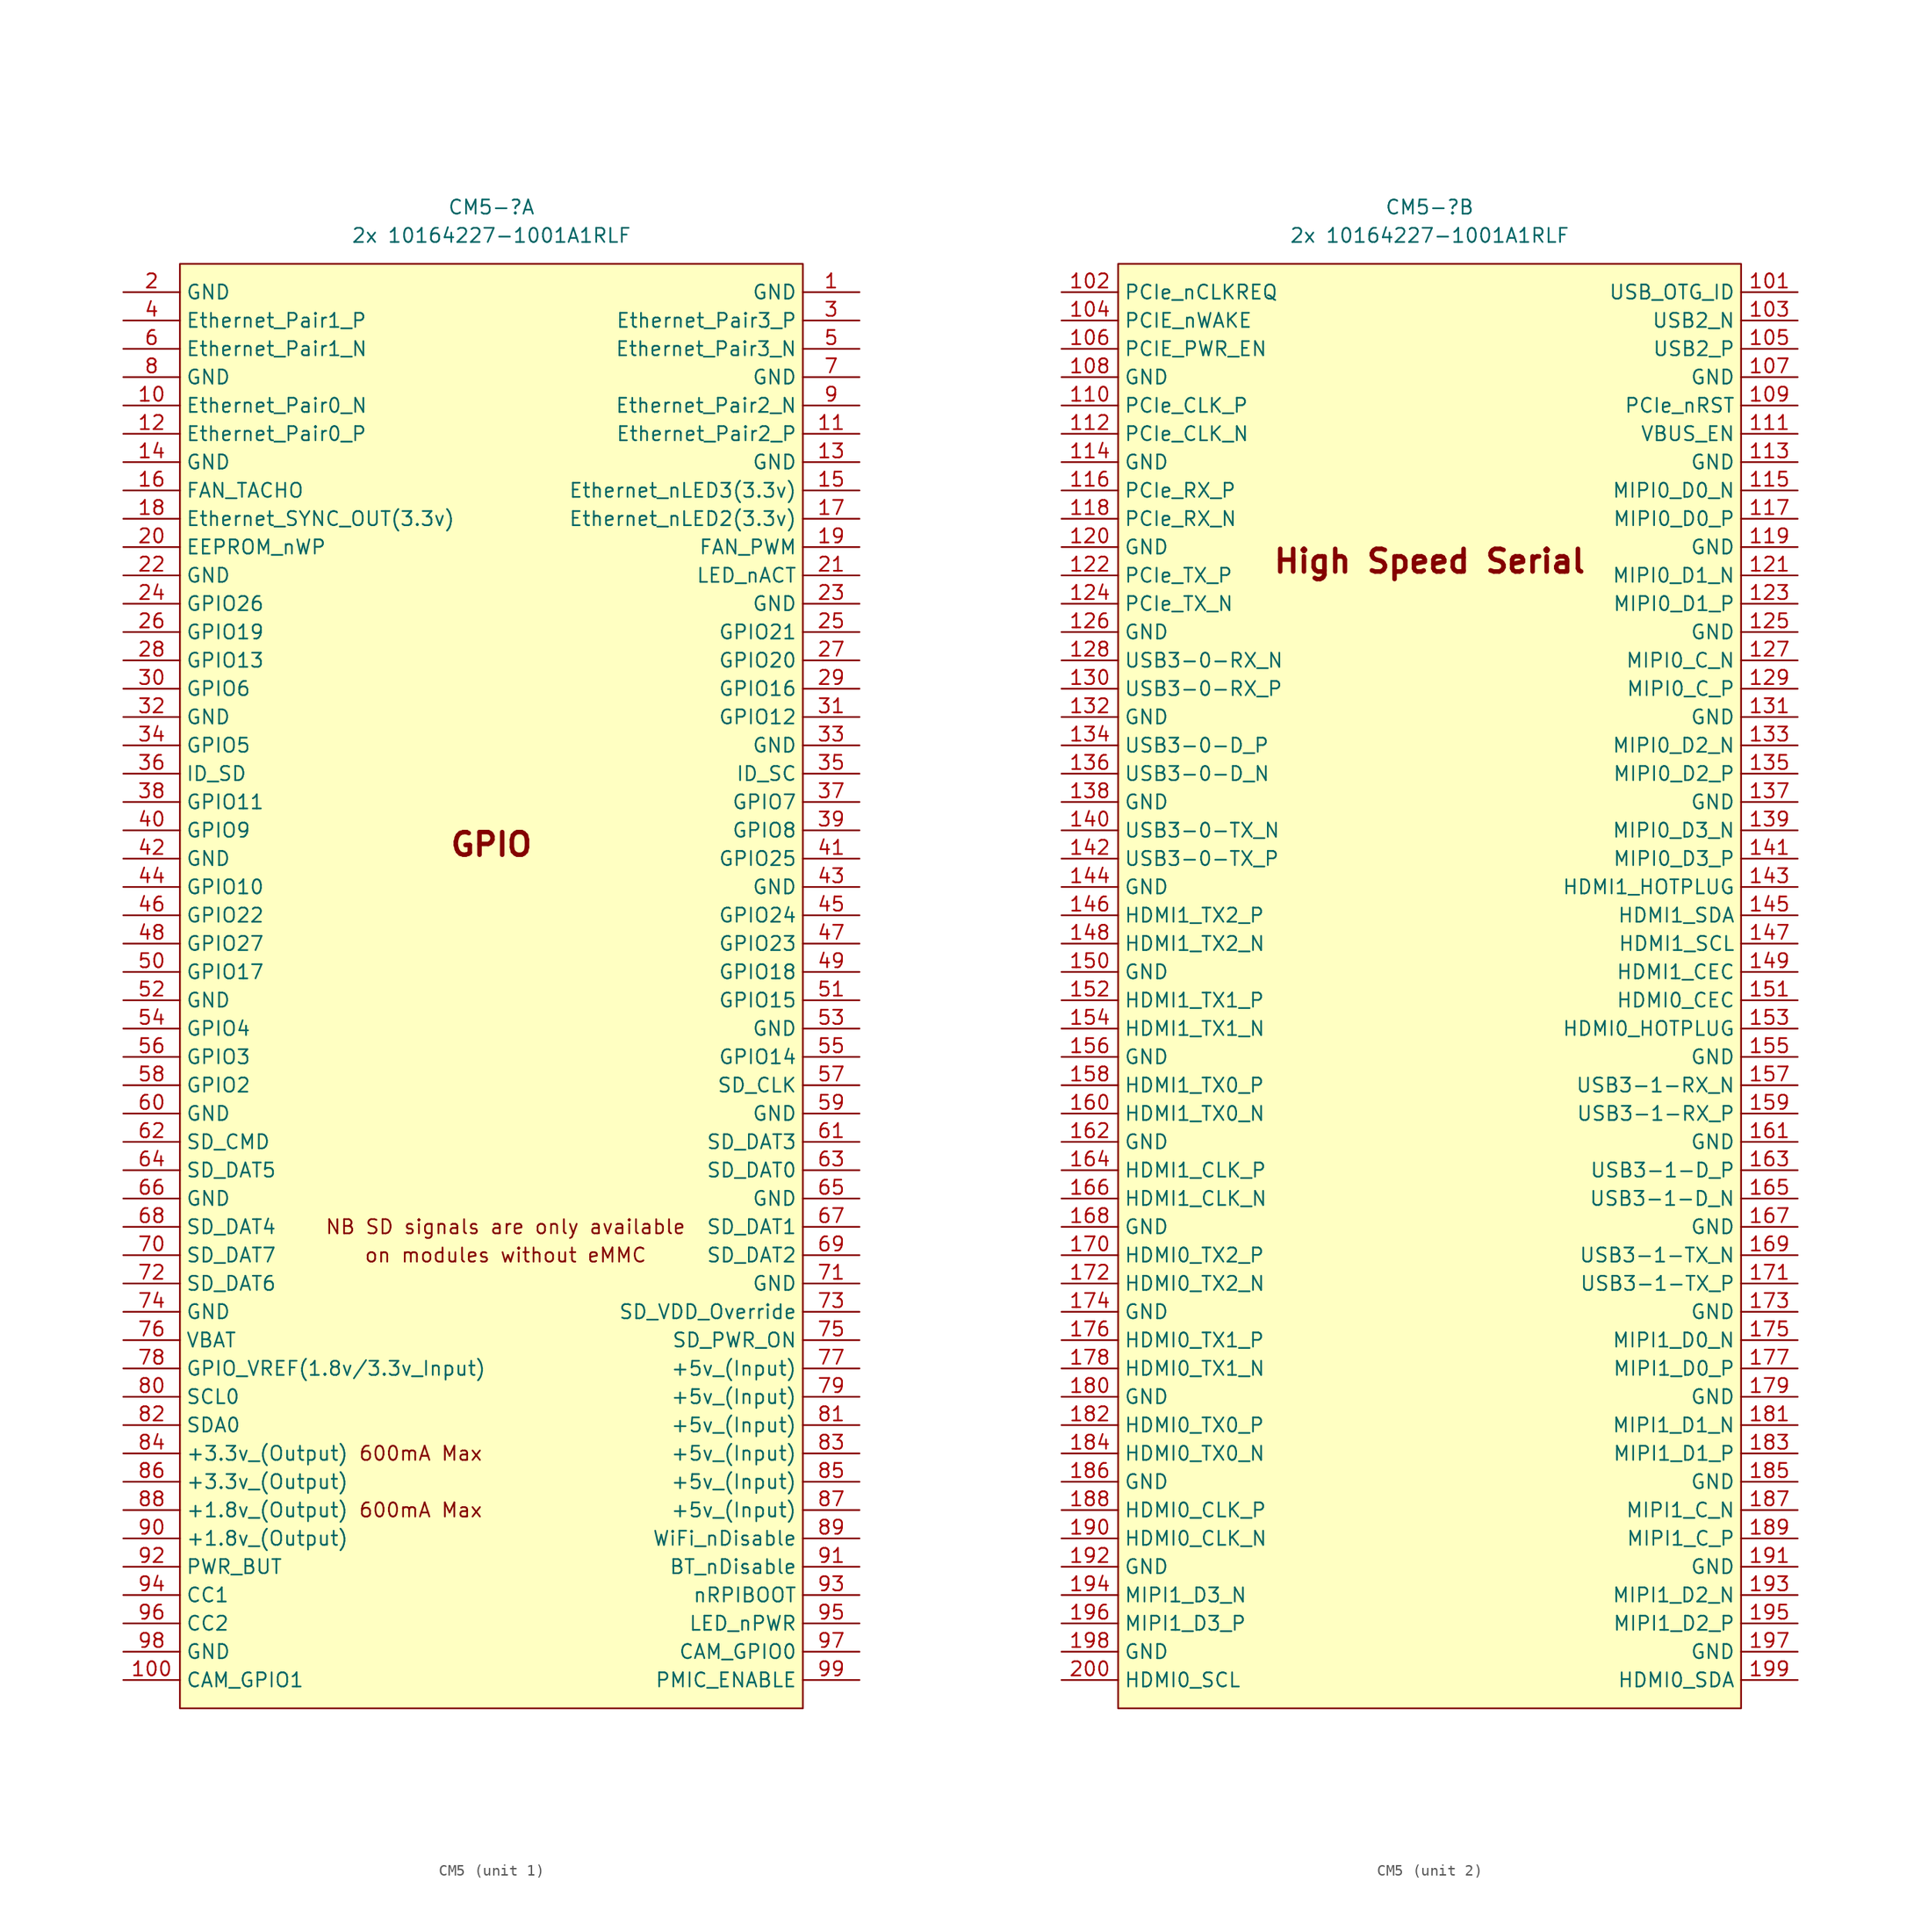
<source format=kicad_sym>
(kicad_symbol_lib
  (version 20241209)
  (generator "kicad_symbol_editor")
  (generator_version "9.0")
  (symbol "CM5"
    (property "Reference" "CM5-"
      (at 0 69.85 0)
      (effects (font (size 1.27 1.27))))
    (property "Value" "2x 10164227-1001A1RLF"
      (at 0 67.31 0)
      (effects (font (size 1.27 1.27))))
    (property "ki_locked" ""
      (at 0 0 0)
      (effects (font (size 1.27 1.27))))
    (symbol "CM5_1_1"
      (rectangle (start -27.94 64.77) (end 27.94 -64.77) (stroke (width 0) (type solid)) (fill (type color) (color 255 255 194 1)))
      (text "600mA Max" (at -6.35 -41.91 0) (effects (font (size 1.27 1.27))))
      (text "600mA Max" (at -6.35 -46.99 0) (effects (font (size 1.27 1.27))))
      (text "GPIO" (at 0 12.7 0) (effects (font (size 2.032 2.032) (thickness 0.406) (bold yes))))
      (text "NB SD signals are only available" (at 1.27 -21.59 0) (effects (font (size 1.27 1.27))))
      (text "on modules without eMMC" (at 1.27 -24.13 0) (effects (font (size 1.27 1.27))))
      (pin power_in line (at -33.02 62.23 0) (length 5.08) (name "GND" (effects (font (size 1.27 1.27)))) (number "2" (effects (font (size 1.27 1.27)))))
      (pin passive line (at -33.02 59.69 0) (length 5.08) (name "Ethernet_Pair1_P" (effects (font (size 1.27 1.27)))) (number "4" (effects (font (size 1.27 1.27)))))
      (pin passive line (at -33.02 57.15 0) (length 5.08) (name "Ethernet_Pair1_N" (effects (font (size 1.27 1.27)))) (number "6" (effects (font (size 1.27 1.27)))))
      (pin power_in line (at -33.02 54.61 0) (length 5.08) (name "GND" (effects (font (size 1.27 1.27)))) (number "8" (effects (font (size 1.27 1.27)))))
      (pin passive line (at -33.02 52.07 0) (length 5.08) (name "Ethernet_Pair0_N" (effects (font (size 1.27 1.27)))) (number "10" (effects (font (size 1.27 1.27)))))
      (pin passive line (at -33.02 49.53 0) (length 5.08) (name "Ethernet_Pair0_P" (effects (font (size 1.27 1.27)))) (number "12" (effects (font (size 1.27 1.27)))))
      (pin power_in line (at -33.02 46.99 0) (length 5.08) (name "GND" (effects (font (size 1.27 1.27)))) (number "14" (effects (font (size 1.27 1.27)))))
      (pin input line (at -33.02 44.45 0) (length 5.08) (name "FAN_TACHO" (effects (font (size 1.27 1.27)))) (number "16" (effects (font (size 1.27 1.27)))))
      (pin input line (at -33.02 41.91 0) (length 5.08) (name "Ethernet_SYNC_OUT(3.3v)" (effects (font (size 1.27 1.27)))) (number "18" (effects (font (size 1.27 1.27)))))
      (pin passive line (at -33.02 39.37 0) (length 5.08) (name "EEPROM_nWP" (effects (font (size 1.27 1.27)))) (number "20" (effects (font (size 1.27 1.27)))))
      (pin power_in line (at -33.02 36.83 0) (length 5.08) (name "GND" (effects (font (size 1.27 1.27)))) (number "22" (effects (font (size 1.27 1.27)))))
      (pin passive line (at -33.02 34.29 0) (length 5.08) (name "GPIO26" (effects (font (size 1.27 1.27)))) (number "24" (effects (font (size 1.27 1.27)))))
      (pin passive line (at -33.02 31.75 0) (length 5.08) (name "GPIO19" (effects (font (size 1.27 1.27)))) (number "26" (effects (font (size 1.27 1.27)))))
      (pin passive line (at -33.02 29.21 0) (length 5.08) (name "GPIO13" (effects (font (size 1.27 1.27)))) (number "28" (effects (font (size 1.27 1.27)))))
      (pin passive line (at -33.02 26.67 0) (length 5.08) (name "GPIO6" (effects (font (size 1.27 1.27)))) (number "30" (effects (font (size 1.27 1.27)))))
      (pin power_in line (at -33.02 24.13 0) (length 5.08) (name "GND" (effects (font (size 1.27 1.27)))) (number "32" (effects (font (size 1.27 1.27)))))
      (pin passive line (at -33.02 21.59 0) (length 5.08) (name "GPIO5" (effects (font (size 1.27 1.27)))) (number "34" (effects (font (size 1.27 1.27)))))
      (pin passive line (at -33.02 19.05 0) (length 5.08) (name "ID_SD" (effects (font (size 1.27 1.27)))) (number "36" (effects (font (size 1.27 1.27)))))
      (pin passive line (at -33.02 16.51 0) (length 5.08) (name "GPIO11" (effects (font (size 1.27 1.27)))) (number "38" (effects (font (size 1.27 1.27)))))
      (pin passive line (at -33.02 13.97 0) (length 5.08) (name "GPIO9" (effects (font (size 1.27 1.27)))) (number "40" (effects (font (size 1.27 1.27)))))
      (pin power_in line (at -33.02 11.43 0) (length 5.08) (name "GND" (effects (font (size 1.27 1.27)))) (number "42" (effects (font (size 1.27 1.27)))))
      (pin passive line (at -33.02 8.89 0) (length 5.08) (name "GPIO10" (effects (font (size 1.27 1.27)))) (number "44" (effects (font (size 1.27 1.27)))))
      (pin passive line (at -33.02 6.35 0) (length 5.08) (name "GPIO22" (effects (font (size 1.27 1.27)))) (number "46" (effects (font (size 1.27 1.27)))))
      (pin passive line (at -33.02 3.81 0) (length 5.08) (name "GPIO27" (effects (font (size 1.27 1.27)))) (number "48" (effects (font (size 1.27 1.27)))))
      (pin passive line (at -33.02 1.27 0) (length 5.08) (name "GPIO17" (effects (font (size 1.27 1.27)))) (number "50" (effects (font (size 1.27 1.27)))))
      (pin power_in line (at -33.02 -1.27 0) (length 5.08) (name "GND" (effects (font (size 1.27 1.27)))) (number "52" (effects (font (size 1.27 1.27)))))
      (pin passive line (at -33.02 -3.81 0) (length 5.08) (name "GPIO4" (effects (font (size 1.27 1.27)))) (number "54" (effects (font (size 1.27 1.27)))))
      (pin passive line (at -33.02 -6.35 0) (length 5.08) (name "GPIO3" (effects (font (size 1.27 1.27)))) (number "56" (effects (font (size 1.27 1.27)))))
      (pin passive line (at -33.02 -8.89 0) (length 5.08) (name "GPIO2" (effects (font (size 1.27 1.27)))) (number "58" (effects (font (size 1.27 1.27)))))
      (pin power_in line (at -33.02 -11.43 0) (length 5.08) (name "GND" (effects (font (size 1.27 1.27)))) (number "60" (effects (font (size 1.27 1.27)))))
      (pin passive line (at -33.02 -13.97 0) (length 5.08) (name "SD_CMD" (effects (font (size 1.27 1.27)))) (number "62" (effects (font (size 1.27 1.27)))))
      (pin passive line (at -33.02 -16.51 0) (length 5.08) (name "SD_DAT5" (effects (font (size 1.27 1.27)))) (number "64" (effects (font (size 1.27 1.27)))))
      (pin power_in line (at -33.02 -19.05 0) (length 5.08) (name "GND" (effects (font (size 1.27 1.27)))) (number "66" (effects (font (size 1.27 1.27)))))
      (pin passive line (at -33.02 -21.59 0) (length 5.08) (name "SD_DAT4" (effects (font (size 1.27 1.27)))) (number "68" (effects (font (size 1.27 1.27)))))
      (pin passive line (at -33.02 -24.13 0) (length 5.08) (name "SD_DAT7" (effects (font (size 1.27 1.27)))) (number "70" (effects (font (size 1.27 1.27)))))
      (pin passive line (at -33.02 -26.67 0) (length 5.08) (name "SD_DAT6" (effects (font (size 1.27 1.27)))) (number "72" (effects (font (size 1.27 1.27)))))
      (pin power_in line (at -33.02 -29.21 0) (length 5.08) (name "GND" (effects (font (size 1.27 1.27)))) (number "74" (effects (font (size 1.27 1.27)))))
      (pin passive line (at -33.02 -31.75 0) (length 5.08) (name "VBAT" (effects (font (size 1.27 1.27)))) (number "76" (effects (font (size 1.27 1.27)))))
      (pin power_in line (at -33.02 -34.29 0) (length 5.08) (name "GPIO_VREF(1.8v/3.3v_Input)" (effects (font (size 1.27 1.27)))) (number "78" (effects (font (size 1.27 1.27)))))
      (pin passive line (at -33.02 -36.83 0) (length 5.08) (name "SCL0" (effects (font (size 1.27 1.27)))) (number "80" (effects (font (size 1.27 1.27)))))
      (pin passive line (at -33.02 -39.37 0) (length 5.08) (name "SDA0" (effects (font (size 1.27 1.27)))) (number "82" (effects (font (size 1.27 1.27)))))
      (pin power_out line (at -33.02 -41.91 0) (length 5.08) (name "+3.3v_(Output)" (effects (font (size 1.27 1.27)))) (number "84" (effects (font (size 1.27 1.27)))))
      (pin passive line (at -33.02 -44.45 0) (length 5.08) (name "+3.3v_(Output)" (effects (font (size 1.27 1.27)))) (number "86" (effects (font (size 1.27 1.27)))))
      (pin power_out line (at -33.02 -46.99 0) (length 5.08) (name "+1.8v_(Output)" (effects (font (size 1.27 1.27)))) (number "88" (effects (font (size 1.27 1.27)))))
      (pin passive line (at -33.02 -49.53 0) (length 5.08) (name "+1.8v_(Output)" (effects (font (size 1.27 1.27)))) (number "90" (effects (font (size 1.27 1.27)))))
      (pin passive line (at -33.02 -52.07 0) (length 5.08) (name "PWR_BUT" (effects (font (size 1.27 1.27)))) (number "92" (effects (font (size 1.27 1.27)))))
      (pin passive line (at -33.02 -54.61 0) (length 5.08) (name "CC1" (effects (font (size 1.27 1.27)))) (number "94" (effects (font (size 1.27 1.27)))))
      (pin passive line (at -33.02 -57.15 0) (length 5.08) (name "CC2" (effects (font (size 1.27 1.27)))) (number "96" (effects (font (size 1.27 1.27)))))
      (pin power_in line (at -33.02 -59.69 0) (length 5.08) (name "GND" (effects (font (size 1.27 1.27)))) (number "98" (effects (font (size 1.27 1.27)))))
      (pin passive line (at -33.02 -62.23 0) (length 5.08) (name "CAM_GPIO1" (effects (font (size 1.27 1.27)))) (number "100" (effects (font (size 1.27 1.27)))))
      (pin power_in line (at 33.02 62.23 180) (length 5.08) (name "GND" (effects (font (size 1.27 1.27)))) (number "1" (effects (font (size 1.27 1.27)))))
      (pin passive line (at 33.02 59.69 180) (length 5.08) (name "Ethernet_Pair3_P" (effects (font (size 1.27 1.27)))) (number "3" (effects (font (size 1.27 1.27)))))
      (pin passive line (at 33.02 57.15 180) (length 5.08) (name "Ethernet_Pair3_N" (effects (font (size 1.27 1.27)))) (number "5" (effects (font (size 1.27 1.27)))))
      (pin power_in line (at 33.02 54.61 180) (length 5.08) (name "GND" (effects (font (size 1.27 1.27)))) (number "7" (effects (font (size 1.27 1.27)))))
      (pin passive line (at 33.02 52.07 180) (length 5.08) (name "Ethernet_Pair2_N" (effects (font (size 1.27 1.27)))) (number "9" (effects (font (size 1.27 1.27)))))
      (pin passive line (at 33.02 49.53 180) (length 5.08) (name "Ethernet_Pair2_P" (effects (font (size 1.27 1.27)))) (number "11" (effects (font (size 1.27 1.27)))))
      (pin power_in line (at 33.02 46.99 180) (length 5.08) (name "GND" (effects (font (size 1.27 1.27)))) (number "13" (effects (font (size 1.27 1.27)))))
      (pin output line (at 33.02 44.45 180) (length 5.08) (name "Ethernet_nLED3(3.3v)" (effects (font (size 1.27 1.27)))) (number "15" (effects (font (size 1.27 1.27)))))
      (pin output line (at 33.02 41.91 180) (length 5.08) (name "Ethernet_nLED2(3.3v)" (effects (font (size 1.27 1.27)))) (number "17" (effects (font (size 1.27 1.27)))))
      (pin output line (at 33.02 39.37 180) (length 5.08) (name "FAN_PWM" (effects (font (size 1.27 1.27)))) (number "19" (effects (font (size 1.27 1.27)))))
      (pin open_collector line (at 33.02 36.83 180) (length 5.08) (name "LED_nACT" (effects (font (size 1.27 1.27)))) (number "21" (effects (font (size 1.27 1.27)))))
      (pin power_in line (at 33.02 34.29 180) (length 5.08) (name "GND" (effects (font (size 1.27 1.27)))) (number "23" (effects (font (size 1.27 1.27)))))
      (pin passive line (at 33.02 31.75 180) (length 5.08) (name "GPIO21" (effects (font (size 1.27 1.27)))) (number "25" (effects (font (size 1.27 1.27)))))
      (pin passive line (at 33.02 29.21 180) (length 5.08) (name "GPIO20" (effects (font (size 1.27 1.27)))) (number "27" (effects (font (size 1.27 1.27)))))
      (pin passive line (at 33.02 26.67 180) (length 5.08) (name "GPIO16" (effects (font (size 1.27 1.27)))) (number "29" (effects (font (size 1.27 1.27)))))
      (pin passive line (at 33.02 24.13 180) (length 5.08) (name "GPIO12" (effects (font (size 1.27 1.27)))) (number "31" (effects (font (size 1.27 1.27)))))
      (pin power_in line (at 33.02 21.59 180) (length 5.08) (name "GND" (effects (font (size 1.27 1.27)))) (number "33" (effects (font (size 1.27 1.27)))))
      (pin passive line (at 33.02 19.05 180) (length 5.08) (name "ID_SC" (effects (font (size 1.27 1.27)))) (number "35" (effects (font (size 1.27 1.27)))))
      (pin passive line (at 33.02 16.51 180) (length 5.08) (name "GPIO7" (effects (font (size 1.27 1.27)))) (number "37" (effects (font (size 1.27 1.27)))))
      (pin passive line (at 33.02 13.97 180) (length 5.08) (name "GPIO8" (effects (font (size 1.27 1.27)))) (number "39" (effects (font (size 1.27 1.27)))))
      (pin passive line (at 33.02 11.43 180) (length 5.08) (name "GPIO25" (effects (font (size 1.27 1.27)))) (number "41" (effects (font (size 1.27 1.27)))))
      (pin power_in line (at 33.02 8.89 180) (length 5.08) (name "GND" (effects (font (size 1.27 1.27)))) (number "43" (effects (font (size 1.27 1.27)))))
      (pin passive line (at 33.02 6.35 180) (length 5.08) (name "GPIO24" (effects (font (size 1.27 1.27)))) (number "45" (effects (font (size 1.27 1.27)))))
      (pin passive line (at 33.02 3.81 180) (length 5.08) (name "GPIO23" (effects (font (size 1.27 1.27)))) (number "47" (effects (font (size 1.27 1.27)))))
      (pin passive line (at 33.02 1.27 180) (length 5.08) (name "GPIO18" (effects (font (size 1.27 1.27)))) (number "49" (effects (font (size 1.27 1.27)))))
      (pin passive line (at 33.02 -1.27 180) (length 5.08) (name "GPIO15" (effects (font (size 1.27 1.27)))) (number "51" (effects (font (size 1.27 1.27)))))
      (pin power_in line (at 33.02 -3.81 180) (length 5.08) (name "GND" (effects (font (size 1.27 1.27)))) (number "53" (effects (font (size 1.27 1.27)))))
      (pin passive line (at 33.02 -6.35 180) (length 5.08) (name "GPIO14" (effects (font (size 1.27 1.27)))) (number "55" (effects (font (size 1.27 1.27)))))
      (pin passive line (at 33.02 -8.89 180) (length 5.08) (name "SD_CLK" (effects (font (size 1.27 1.27)))) (number "57" (effects (font (size 1.27 1.27)))))
      (pin power_in line (at 33.02 -11.43 180) (length 5.08) (name "GND" (effects (font (size 1.27 1.27)))) (number "59" (effects (font (size 1.27 1.27)))))
      (pin passive line (at 33.02 -13.97 180) (length 5.08) (name "SD_DAT3" (effects (font (size 1.27 1.27)))) (number "61" (effects (font (size 1.27 1.27)))))
      (pin passive line (at 33.02 -16.51 180) (length 5.08) (name "SD_DAT0" (effects (font (size 1.27 1.27)))) (number "63" (effects (font (size 1.27 1.27)))))
      (pin power_in line (at 33.02 -19.05 180) (length 5.08) (name "GND" (effects (font (size 1.27 1.27)))) (number "65" (effects (font (size 1.27 1.27)))))
      (pin passive line (at 33.02 -21.59 180) (length 5.08) (name "SD_DAT1" (effects (font (size 1.27 1.27)))) (number "67" (effects (font (size 1.27 1.27)))))
      (pin passive line (at 33.02 -24.13 180) (length 5.08) (name "SD_DAT2" (effects (font (size 1.27 1.27)))) (number "69" (effects (font (size 1.27 1.27)))))
      (pin power_in line (at 33.02 -26.67 180) (length 5.08) (name "GND" (effects (font (size 1.27 1.27)))) (number "71" (effects (font (size 1.27 1.27)))))
      (pin input line (at 33.02 -29.21 180) (length 5.08) (name "SD_VDD_Override" (effects (font (size 1.27 1.27)))) (number "73" (effects (font (size 1.27 1.27)))))
      (pin output line (at 33.02 -31.75 180) (length 5.08) (name "SD_PWR_ON" (effects (font (size 1.27 1.27)))) (number "75" (effects (font (size 1.27 1.27)))))
      (pin power_in line (at 33.02 -34.29 180) (length 5.08) (name "+5v_(Input)" (effects (font (size 1.27 1.27)))) (number "77" (effects (font (size 1.27 1.27)))))
      (pin power_in line (at 33.02 -36.83 180) (length 5.08) (name "+5v_(Input)" (effects (font (size 1.27 1.27)))) (number "79" (effects (font (size 1.27 1.27)))))
      (pin power_in line (at 33.02 -39.37 180) (length 5.08) (name "+5v_(Input)" (effects (font (size 1.27 1.27)))) (number "81" (effects (font (size 1.27 1.27)))))
      (pin power_in line (at 33.02 -41.91 180) (length 5.08) (name "+5v_(Input)" (effects (font (size 1.27 1.27)))) (number "83" (effects (font (size 1.27 1.27)))))
      (pin power_in line (at 33.02 -44.45 180) (length 5.08) (name "+5v_(Input)" (effects (font (size 1.27 1.27)))) (number "85" (effects (font (size 1.27 1.27)))))
      (pin power_in line (at 33.02 -46.99 180) (length 5.08) (name "+5v_(Input)" (effects (font (size 1.27 1.27)))) (number "87" (effects (font (size 1.27 1.27)))))
      (pin input line (at 33.02 -49.53 180) (length 5.08) (name "WiFi_nDisable" (effects (font (size 1.27 1.27)))) (number "89" (effects (font (size 1.27 1.27)))))
      (pin input line (at 33.02 -52.07 180) (length 5.08) (name "BT_nDisable" (effects (font (size 1.27 1.27)))) (number "91" (effects (font (size 1.27 1.27)))))
      (pin input line (at 33.02 -54.61 180) (length 5.08) (name "nRPIBOOT" (effects (font (size 1.27 1.27)))) (number "93" (effects (font (size 1.27 1.27)))))
      (pin output line (at 33.02 -57.15 180) (length 5.08) (name "LED_nPWR" (effects (font (size 1.27 1.27)))) (number "95" (effects (font (size 1.27 1.27)))))
      (pin passive line (at 33.02 -59.69 180) (length 5.08) (name "CAM_GPIO0" (effects (font (size 1.27 1.27)))) (number "97" (effects (font (size 1.27 1.27)))))
      (pin input line (at 33.02 -62.23 180) (length 5.08) (name "PMIC_ENABLE" (effects (font (size 1.27 1.27)))) (number "99" (effects (font (size 1.27 1.27))))))
    (symbol "CM5_2_1"
      (rectangle (start -27.94 64.77) (end 27.94 -64.77) (stroke (width 0) (type solid)) (fill (type color) (color 255 255 194 1)))
      (text "High Speed Serial" (at 0 38.1 0) (effects (font (size 2.032 2.032) (thickness 0.406) (bold yes))))
      (pin input line (at -33.02 62.23 0) (length 5.08) (name "PCIe_nCLKREQ" (effects (font (size 1.27 1.27)))) (number "102" (effects (font (size 1.27 1.27)))))
      (pin input line (at -33.02 59.69 0) (length 5.08) (name "PCIE_nWAKE" (effects (font (size 1.27 1.27)))) (number "104" (effects (font (size 1.27 1.27)))))
      (pin output line (at -33.02 57.15 0) (length 5.08) (name "PCIE_PWR_EN" (effects (font (size 1.27 1.27)))) (number "106" (effects (font (size 1.27 1.27)))))
      (pin power_in line (at -33.02 54.61 0) (length 5.08) (name "GND" (effects (font (size 1.27 1.27)))) (number "108" (effects (font (size 1.27 1.27)))))
      (pin output line (at -33.02 52.07 0) (length 5.08) (name "PCIe_CLK_P" (effects (font (size 1.27 1.27)))) (number "110" (effects (font (size 1.27 1.27)))))
      (pin output line (at -33.02 49.53 0) (length 5.08) (name "PCIe_CLK_N" (effects (font (size 1.27 1.27)))) (number "112" (effects (font (size 1.27 1.27)))))
      (pin power_in line (at -33.02 46.99 0) (length 5.08) (name "GND" (effects (font (size 1.27 1.27)))) (number "114" (effects (font (size 1.27 1.27)))))
      (pin input line (at -33.02 44.45 0) (length 5.08) (name "PCIe_RX_P" (effects (font (size 1.27 1.27)))) (number "116" (effects (font (size 1.27 1.27)))))
      (pin input line (at -33.02 41.91 0) (length 5.08) (name "PCIe_RX_N" (effects (font (size 1.27 1.27)))) (number "118" (effects (font (size 1.27 1.27)))))
      (pin power_in line (at -33.02 39.37 0) (length 5.08) (name "GND" (effects (font (size 1.27 1.27)))) (number "120" (effects (font (size 1.27 1.27)))))
      (pin output line (at -33.02 36.83 0) (length 5.08) (name "PCIe_TX_P" (effects (font (size 1.27 1.27)))) (number "122" (effects (font (size 1.27 1.27)))))
      (pin output line (at -33.02 34.29 0) (length 5.08) (name "PCIe_TX_N" (effects (font (size 1.27 1.27)))) (number "124" (effects (font (size 1.27 1.27)))))
      (pin power_in line (at -33.02 31.75 0) (length 5.08) (name "GND" (effects (font (size 1.27 1.27)))) (number "126" (effects (font (size 1.27 1.27)))))
      (pin input line (at -33.02 29.21 0) (length 5.08) (name "USB3-0-RX_N" (effects (font (size 1.27 1.27)))) (number "128" (effects (font (size 1.27 1.27)))))
      (pin input line (at -33.02 26.67 0) (length 5.08) (name "USB3-0-RX_P" (effects (font (size 1.27 1.27)))) (number "130" (effects (font (size 1.27 1.27)))))
      (pin power_in line (at -33.02 24.13 0) (length 5.08) (name "GND" (effects (font (size 1.27 1.27)))) (number "132" (effects (font (size 1.27 1.27)))))
      (pin passive line (at -33.02 21.59 0) (length 5.08) (name "USB3-0-D_P" (effects (font (size 1.27 1.27)))) (number "134" (effects (font (size 1.27 1.27)))))
      (pin passive line (at -33.02 19.05 0) (length 5.08) (name "USB3-0-D_N" (effects (font (size 1.27 1.27)))) (number "136" (effects (font (size 1.27 1.27)))))
      (pin power_in line (at -33.02 16.51 0) (length 5.08) (name "GND" (effects (font (size 1.27 1.27)))) (number "138" (effects (font (size 1.27 1.27)))))
      (pin output line (at -33.02 13.97 0) (length 5.08) (name "USB3-0-TX_N" (effects (font (size 1.27 1.27)))) (number "140" (effects (font (size 1.27 1.27)))))
      (pin output line (at -33.02 11.43 0) (length 5.08) (name "USB3-0-TX_P" (effects (font (size 1.27 1.27)))) (number "142" (effects (font (size 1.27 1.27)))))
      (pin power_in line (at -33.02 8.89 0) (length 5.08) (name "GND" (effects (font (size 1.27 1.27)))) (number "144" (effects (font (size 1.27 1.27)))))
      (pin output line (at -33.02 6.35 0) (length 5.08) (name "HDMI1_TX2_P" (effects (font (size 1.27 1.27)))) (number "146" (effects (font (size 1.27 1.27)))))
      (pin output line (at -33.02 3.81 0) (length 5.08) (name "HDMI1_TX2_N" (effects (font (size 1.27 1.27)))) (number "148" (effects (font (size 1.27 1.27)))))
      (pin power_in line (at -33.02 1.27 0) (length 5.08) (name "GND" (effects (font (size 1.27 1.27)))) (number "150" (effects (font (size 1.27 1.27)))))
      (pin output line (at -33.02 -1.27 0) (length 5.08) (name "HDMI1_TX1_P" (effects (font (size 1.27 1.27)))) (number "152" (effects (font (size 1.27 1.27)))))
      (pin output line (at -33.02 -3.81 0) (length 5.08) (name "HDMI1_TX1_N" (effects (font (size 1.27 1.27)))) (number "154" (effects (font (size 1.27 1.27)))))
      (pin power_in line (at -33.02 -6.35 0) (length 5.08) (name "GND" (effects (font (size 1.27 1.27)))) (number "156" (effects (font (size 1.27 1.27)))))
      (pin output line (at -33.02 -8.89 0) (length 5.08) (name "HDMI1_TX0_P" (effects (font (size 1.27 1.27)))) (number "158" (effects (font (size 1.27 1.27)))))
      (pin output line (at -33.02 -11.43 0) (length 5.08) (name "HDMI1_TX0_N" (effects (font (size 1.27 1.27)))) (number "160" (effects (font (size 1.27 1.27)))))
      (pin power_in line (at -33.02 -13.97 0) (length 5.08) (name "GND" (effects (font (size 1.27 1.27)))) (number "162" (effects (font (size 1.27 1.27)))))
      (pin output line (at -33.02 -16.51 0) (length 5.08) (name "HDMI1_CLK_P" (effects (font (size 1.27 1.27)))) (number "164" (effects (font (size 1.27 1.27)))))
      (pin output line (at -33.02 -19.05 0) (length 5.08) (name "HDMI1_CLK_N" (effects (font (size 1.27 1.27)))) (number "166" (effects (font (size 1.27 1.27)))))
      (pin power_in line (at -33.02 -21.59 0) (length 5.08) (name "GND" (effects (font (size 1.27 1.27)))) (number "168" (effects (font (size 1.27 1.27)))))
      (pin output line (at -33.02 -24.13 0) (length 5.08) (name "HDMI0_TX2_P" (effects (font (size 1.27 1.27)))) (number "170" (effects (font (size 1.27 1.27)))))
      (pin output line (at -33.02 -26.67 0) (length 5.08) (name "HDMI0_TX2_N" (effects (font (size 1.27 1.27)))) (number "172" (effects (font (size 1.27 1.27)))))
      (pin power_in line (at -33.02 -29.21 0) (length 5.08) (name "GND" (effects (font (size 1.27 1.27)))) (number "174" (effects (font (size 1.27 1.27)))))
      (pin output line (at -33.02 -31.75 0) (length 5.08) (name "HDMI0_TX1_P" (effects (font (size 1.27 1.27)))) (number "176" (effects (font (size 1.27 1.27)))))
      (pin output line (at -33.02 -34.29 0) (length 5.08) (name "HDMI0_TX1_N" (effects (font (size 1.27 1.27)))) (number "178" (effects (font (size 1.27 1.27)))))
      (pin power_in line (at -33.02 -36.83 0) (length 5.08) (name "GND" (effects (font (size 1.27 1.27)))) (number "180" (effects (font (size 1.27 1.27)))))
      (pin output line (at -33.02 -39.37 0) (length 5.08) (name "HDMI0_TX0_P" (effects (font (size 1.27 1.27)))) (number "182" (effects (font (size 1.27 1.27)))))
      (pin output line (at -33.02 -41.91 0) (length 5.08) (name "HDMI0_TX0_N" (effects (font (size 1.27 1.27)))) (number "184" (effects (font (size 1.27 1.27)))))
      (pin power_in line (at -33.02 -44.45 0) (length 5.08) (name "GND" (effects (font (size 1.27 1.27)))) (number "186" (effects (font (size 1.27 1.27)))))
      (pin output line (at -33.02 -46.99 0) (length 5.08) (name "HDMI0_CLK_P" (effects (font (size 1.27 1.27)))) (number "188" (effects (font (size 1.27 1.27)))))
      (pin output line (at -33.02 -49.53 0) (length 5.08) (name "HDMI0_CLK_N" (effects (font (size 1.27 1.27)))) (number "190" (effects (font (size 1.27 1.27)))))
      (pin power_in line (at -33.02 -52.07 0) (length 5.08) (name "GND" (effects (font (size 1.27 1.27)))) (number "192" (effects (font (size 1.27 1.27)))))
      (pin output line (at -33.02 -54.61 0) (length 5.08) (name "MIPI1_D3_N" (effects (font (size 1.27 1.27)))) (number "194" (effects (font (size 1.27 1.27)))))
      (pin output line (at -33.02 -57.15 0) (length 5.08) (name "MIPI1_D3_P" (effects (font (size 1.27 1.27)))) (number "196" (effects (font (size 1.27 1.27)))))
      (pin power_in line (at -33.02 -59.69 0) (length 5.08) (name "GND" (effects (font (size 1.27 1.27)))) (number "198" (effects (font (size 1.27 1.27)))))
      (pin open_collector line (at -33.02 -62.23 0) (length 5.08) (name "HDMI0_SCL" (effects (font (size 1.27 1.27)))) (number "200" (effects (font (size 1.27 1.27)))))
      (pin input line (at 33.02 62.23 180) (length 5.08) (name "USB_OTG_ID" (effects (font (size 1.27 1.27)))) (number "101" (effects (font (size 1.27 1.27)))))
      (pin passive line (at 33.02 59.69 180) (length 5.08) (name "USB2_N" (effects (font (size 1.27 1.27)))) (number "103" (effects (font (size 1.27 1.27)))))
      (pin passive line (at 33.02 57.15 180) (length 5.08) (name "USB2_P" (effects (font (size 1.27 1.27)))) (number "105" (effects (font (size 1.27 1.27)))))
      (pin power_in line (at 33.02 54.61 180) (length 5.08) (name "GND" (effects (font (size 1.27 1.27)))) (number "107" (effects (font (size 1.27 1.27)))))
      (pin output line (at 33.02 52.07 180) (length 5.08) (name "PCIe_nRST" (effects (font (size 1.27 1.27)))) (number "109" (effects (font (size 1.27 1.27)))))
      (pin output line (at 33.02 49.53 180) (length 5.08) (name "VBUS_EN" (effects (font (size 1.27 1.27)))) (number "111" (effects (font (size 1.27 1.27)))))
      (pin power_in line (at 33.02 46.99 180) (length 5.08) (name "GND" (effects (font (size 1.27 1.27)))) (number "113" (effects (font (size 1.27 1.27)))))
      (pin input line (at 33.02 44.45 180) (length 5.08) (name "MIPI0_D0_N" (effects (font (size 1.27 1.27)))) (number "115" (effects (font (size 1.27 1.27)))))
      (pin input line (at 33.02 41.91 180) (length 5.08) (name "MIPI0_D0_P" (effects (font (size 1.27 1.27)))) (number "117" (effects (font (size 1.27 1.27)))))
      (pin power_in line (at 33.02 39.37 180) (length 5.08) (name "GND" (effects (font (size 1.27 1.27)))) (number "119" (effects (font (size 1.27 1.27)))))
      (pin input line (at 33.02 36.83 180) (length 5.08) (name "MIPI0_D1_N" (effects (font (size 1.27 1.27)))) (number "121" (effects (font (size 1.27 1.27)))))
      (pin input line (at 33.02 34.29 180) (length 5.08) (name "MIPI0_D1_P" (effects (font (size 1.27 1.27)))) (number "123" (effects (font (size 1.27 1.27)))))
      (pin power_in line (at 33.02 31.75 180) (length 5.08) (name "GND" (effects (font (size 1.27 1.27)))) (number "125" (effects (font (size 1.27 1.27)))))
      (pin input line (at 33.02 29.21 180) (length 5.08) (name "MIPI0_C_N" (effects (font (size 1.27 1.27)))) (number "127" (effects (font (size 1.27 1.27)))))
      (pin input line (at 33.02 26.67 180) (length 5.08) (name "MIPI0_C_P" (effects (font (size 1.27 1.27)))) (number "129" (effects (font (size 1.27 1.27)))))
      (pin power_in line (at 33.02 24.13 180) (length 5.08) (name "GND" (effects (font (size 1.27 1.27)))) (number "131" (effects (font (size 1.27 1.27)))))
      (pin input line (at 33.02 21.59 180) (length 5.08) (name "MIPI0_D2_N" (effects (font (size 1.27 1.27)))) (number "133" (effects (font (size 1.27 1.27)))))
      (pin input line (at 33.02 19.05 180) (length 5.08) (name "MIPI0_D2_P" (effects (font (size 1.27 1.27)))) (number "135" (effects (font (size 1.27 1.27)))))
      (pin power_in line (at 33.02 16.51 180) (length 5.08) (name "GND" (effects (font (size 1.27 1.27)))) (number "137" (effects (font (size 1.27 1.27)))))
      (pin input line (at 33.02 13.97 180) (length 5.08) (name "MIPI0_D3_N" (effects (font (size 1.27 1.27)))) (number "139" (effects (font (size 1.27 1.27)))))
      (pin input line (at 33.02 11.43 180) (length 5.08) (name "MIPI0_D3_P" (effects (font (size 1.27 1.27)))) (number "141" (effects (font (size 1.27 1.27)))))
      (pin input line (at 33.02 8.89 180) (length 5.08) (name "HDMI1_HOTPLUG" (effects (font (size 1.27 1.27)))) (number "143" (effects (font (size 1.27 1.27)))))
      (pin bidirectional line (at 33.02 6.35 180) (length 5.08) (name "HDMI1_SDA" (effects (font (size 1.27 1.27)))) (number "145" (effects (font (size 1.27 1.27)))))
      (pin open_collector line (at 33.02 3.81 180) (length 5.08) (name "HDMI1_SCL" (effects (font (size 1.27 1.27)))) (number "147" (effects (font (size 1.27 1.27)))))
      (pin open_collector line (at 33.02 1.27 180) (length 5.08) (name "HDMI1_CEC" (effects (font (size 1.27 1.27)))) (number "149" (effects (font (size 1.27 1.27)))))
      (pin open_collector line (at 33.02 -1.27 180) (length 5.08) (name "HDMI0_CEC" (effects (font (size 1.27 1.27)))) (number "151" (effects (font (size 1.27 1.27)))))
      (pin input line (at 33.02 -3.81 180) (length 5.08) (name "HDMI0_HOTPLUG" (effects (font (size 1.27 1.27)))) (number "153" (effects (font (size 1.27 1.27)))))
      (pin power_in line (at 33.02 -6.35 180) (length 5.08) (name "GND" (effects (font (size 1.27 1.27)))) (number "155" (effects (font (size 1.27 1.27)))))
      (pin input line (at 33.02 -8.89 180) (length 5.08) (name "USB3-1-RX_N" (effects (font (size 1.27 1.27)))) (number "157" (effects (font (size 1.27 1.27)))))
      (pin input line (at 33.02 -11.43 180) (length 5.08) (name "USB3-1-RX_P" (effects (font (size 1.27 1.27)))) (number "159" (effects (font (size 1.27 1.27)))))
      (pin power_in line (at 33.02 -13.97 180) (length 5.08) (name "GND" (effects (font (size 1.27 1.27)))) (number "161" (effects (font (size 1.27 1.27)))))
      (pin passive line (at 33.02 -16.51 180) (length 5.08) (name "USB3-1-D_P" (effects (font (size 1.27 1.27)))) (number "163" (effects (font (size 1.27 1.27)))))
      (pin passive line (at 33.02 -19.05 180) (length 5.08) (name "USB3-1-D_N" (effects (font (size 1.27 1.27)))) (number "165" (effects (font (size 1.27 1.27)))))
      (pin power_in line (at 33.02 -21.59 180) (length 5.08) (name "GND" (effects (font (size 1.27 1.27)))) (number "167" (effects (font (size 1.27 1.27)))))
      (pin output line (at 33.02 -24.13 180) (length 5.08) (name "USB3-1-TX_N" (effects (font (size 1.27 1.27)))) (number "169" (effects (font (size 1.27 1.27)))))
      (pin output line (at 33.02 -26.67 180) (length 5.08) (name "USB3-1-TX_P" (effects (font (size 1.27 1.27)))) (number "171" (effects (font (size 1.27 1.27)))))
      (pin power_in line (at 33.02 -29.21 180) (length 5.08) (name "GND" (effects (font (size 1.27 1.27)))) (number "173" (effects (font (size 1.27 1.27)))))
      (pin output line (at 33.02 -31.75 180) (length 5.08) (name "MIPI1_D0_N" (effects (font (size 1.27 1.27)))) (number "175" (effects (font (size 1.27 1.27)))))
      (pin output line (at 33.02 -34.29 180) (length 5.08) (name "MIPI1_D0_P" (effects (font (size 1.27 1.27)))) (number "177" (effects (font (size 1.27 1.27)))))
      (pin power_in line (at 33.02 -36.83 180) (length 5.08) (name "GND" (effects (font (size 1.27 1.27)))) (number "179" (effects (font (size 1.27 1.27)))))
      (pin output line (at 33.02 -39.37 180) (length 5.08) (name "MIPI1_D1_N" (effects (font (size 1.27 1.27)))) (number "181" (effects (font (size 1.27 1.27)))))
      (pin output line (at 33.02 -41.91 180) (length 5.08) (name "MIPI1_D1_P" (effects (font (size 1.27 1.27)))) (number "183" (effects (font (size 1.27 1.27)))))
      (pin power_in line (at 33.02 -44.45 180) (length 5.08) (name "GND" (effects (font (size 1.27 1.27)))) (number "185" (effects (font (size 1.27 1.27)))))
      (pin output line (at 33.02 -46.99 180) (length 5.08) (name "MIPI1_C_N" (effects (font (size 1.27 1.27)))) (number "187" (effects (font (size 1.27 1.27)))))
      (pin output line (at 33.02 -49.53 180) (length 5.08) (name "MIPI1_C_P" (effects (font (size 1.27 1.27)))) (number "189" (effects (font (size 1.27 1.27)))))
      (pin power_in line (at 33.02 -52.07 180) (length 5.08) (name "GND" (effects (font (size 1.27 1.27)))) (number "191" (effects (font (size 1.27 1.27)))))
      (pin output line (at 33.02 -54.61 180) (length 5.08) (name "MIPI1_D2_N" (effects (font (size 1.27 1.27)))) (number "193" (effects (font (size 1.27 1.27)))))
      (pin output line (at 33.02 -57.15 180) (length 5.08) (name "MIPI1_D2_P" (effects (font (size 1.27 1.27)))) (number "195" (effects (font (size 1.27 1.27)))))
      (pin power_in line (at 33.02 -59.69 180) (length 5.08) (name "GND" (effects (font (size 1.27 1.27)))) (number "197" (effects (font (size 1.27 1.27)))))
      (pin bidirectional line (at 33.02 -62.23 180) (length 5.08) (name "HDMI0_SDA" (effects (font (size 1.27 1.27)))) (number "199" (effects (font (size 1.27 1.27))))))))
</source>
